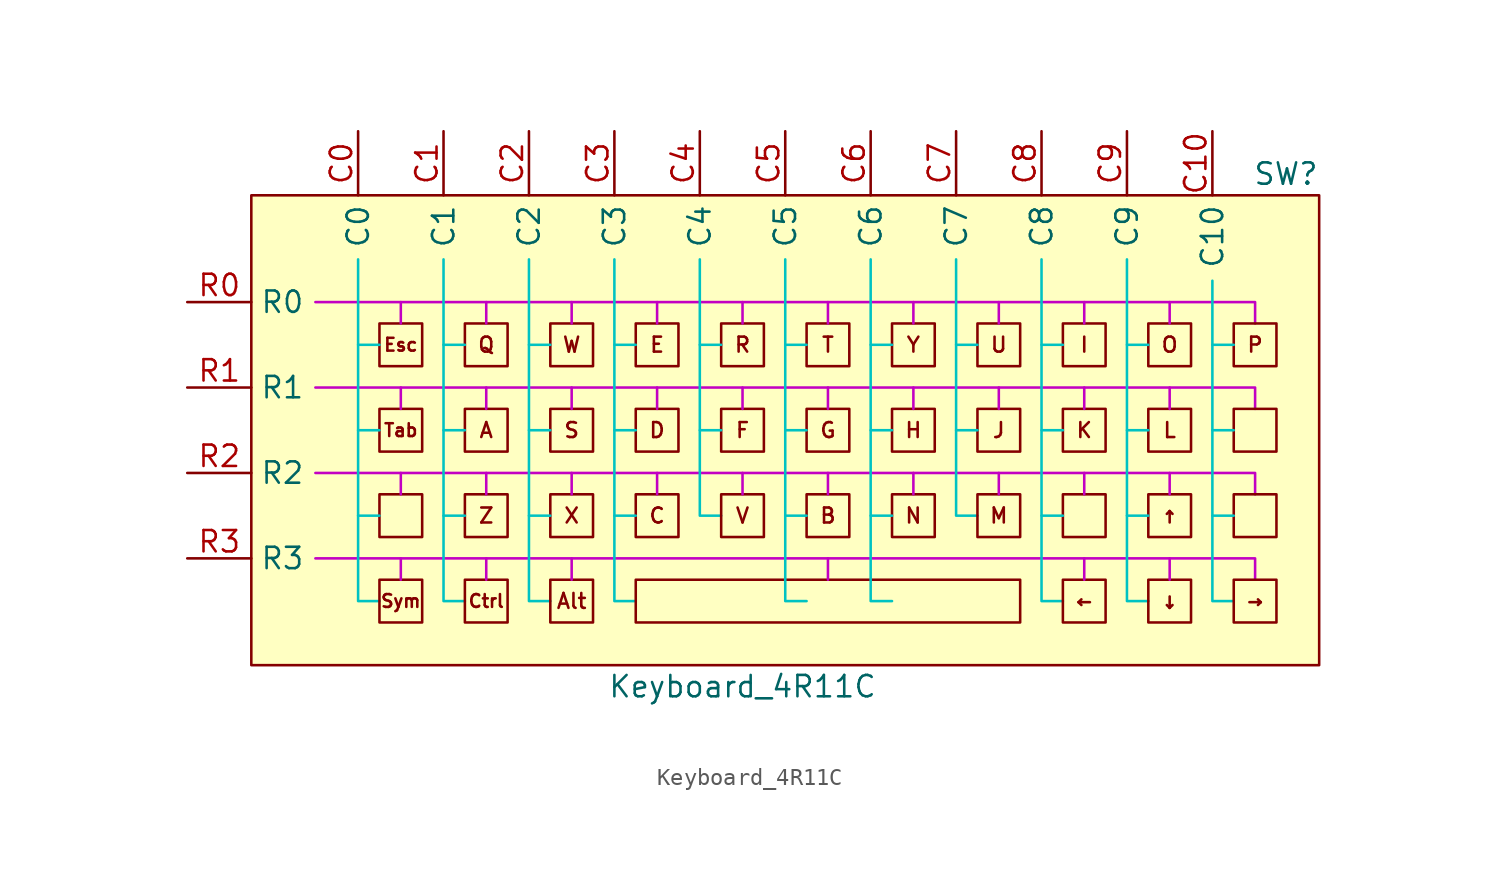
<source format=kicad_sym>
(kicad_symbol_lib
  (version 20231120)
  (generator "kicad_symbol_editor")
  (generator_version "8.0")
  (symbol "Keyboard_4R11C"
    (property "Reference" "SW"
      (at 31.75 15.24 0)
      (effects (font (size 1.27 1.27)) (justify right)))
    (property "Value" "Keyboard_4R11C"
      (at -2.54 -15.24 0)
      (effects (font (size 1.27 1.27))))
    (symbol "Keyboard_4R11C_0_0"
      (pin bidirectional line (at -25.4 17.78 270) (length 3.81) (name "C0" (effects (font (size 1.27 1.27)))) (number "C0" (effects (font (size 1.27 1.27)))))
      (pin bidirectional line (at -20.32 17.78 270) (length 3.81) (name "C1" (effects (font (size 1.27 1.27)))) (number "C1" (effects (font (size 1.27 1.27)))))
      (pin bidirectional line (at 25.4 17.78 270) (length 3.81) (name "C10" (effects (font (size 1.27 1.27)))) (number "C10" (effects (font (size 1.27 1.27)))))
      (pin bidirectional line (at -15.24 17.78 270) (length 3.81) (name "C2" (effects (font (size 1.27 1.27)))) (number "C2" (effects (font (size 1.27 1.27)))))
      (pin bidirectional line (at -10.16 17.78 270) (length 3.81) (name "C3" (effects (font (size 1.27 1.27)))) (number "C3" (effects (font (size 1.27 1.27)))))
      (pin bidirectional line (at -5.08 17.78 270) (length 3.81) (name "C4" (effects (font (size 1.27 1.27)))) (number "C4" (effects (font (size 1.27 1.27)))))
      (pin bidirectional line (at 0 17.78 270) (length 3.81) (name "C5" (effects (font (size 1.27 1.27)))) (number "C5" (effects (font (size 1.27 1.27)))))
      (pin bidirectional line (at 5.08 17.78 270) (length 3.81) (name "C6" (effects (font (size 1.27 1.27)))) (number "C6" (effects (font (size 1.27 1.27)))))
      (pin bidirectional line (at 10.16 17.78 270) (length 3.81) (name "C7" (effects (font (size 1.27 1.27)))) (number "C7" (effects (font (size 1.27 1.27)))))
      (pin bidirectional line (at 15.24 17.78 270) (length 3.81) (name "C8" (effects (font (size 1.27 1.27)))) (number "C8" (effects (font (size 1.27 1.27)))))
      (pin bidirectional line (at 20.32 17.78 270) (length 3.81) (name "C9" (effects (font (size 1.27 1.27)))) (number "C9" (effects (font (size 1.27 1.27)))))
      (pin bidirectional line (at -35.56 7.62 0) (length 3.81) (name "R0" (effects (font (size 1.27 1.27)))) (number "R0" (effects (font (size 1.27 1.27)))))
      (pin bidirectional line (at -35.56 2.54 0) (length 3.81) (name "R1" (effects (font (size 1.27 1.27)))) (number "R1" (effects (font (size 1.27 1.27)))))
      (pin bidirectional line (at -35.56 -2.54 0) (length 3.81) (name "R2" (effects (font (size 1.27 1.27)))) (number "R2" (effects (font (size 1.27 1.27)))))
      (pin bidirectional line (at -35.56 -7.62 0) (length 3.81) (name "R3" (effects (font (size 1.27 1.27)))) (number "R3" (effects (font (size 1.27 1.27))))))
    (symbol "Keyboard_4R11C_1_0"
      (polyline (pts (xy 28.245 0.203) (xy 28.038 -0.002) (xy 28.245 -0.207) (xy 28.16 -0.293) (xy 27.953 -0.087) (xy 27.745 -0.293) (xy 27.66 -0.207) (xy 27.867 -0.002) (xy 27.66 0.203) (xy 27.745 0.289) (xy 27.953 0.083) (xy 28.16 0.289) (xy 28.245 0.203)) (stroke (width -0.0001) (type solid)) (fill (type color) (color 132 0 0 1)))
      (polyline (pts (xy 28.547 -0.506) (xy 27.606 -0.506) (xy 27.106 -0.003) (xy 27.283 -0.003) (xy 27.659 -0.38) (xy 28.421 -0.38) (xy 28.421 0.375) (xy 27.659 0.375) (xy 27.283 -0.003) (xy 27.106 -0.003) (xy 27.105 -0.002) (xy 27.606 0.502) (xy 28.547 0.502) (xy 28.547 -0.506)) (stroke (width -0.0001) (type solid)) (fill (type color) (color 132 0 0 1)))
      (polyline (pts (xy -22.225 -5.08) (xy -22.535 -5.08) (xy -22.535 -5.559) (xy -23.133 -5.559) (xy -23.133 -5.08) (xy -23.441 -5.08) (xy -23.34 -4.979) (xy -23.184 -4.979) (xy -23.012 -4.979) (xy -23.012 -5.458) (xy -22.654 -5.458) (xy -22.654 -4.979) (xy -22.482 -4.979) (xy -22.834 -4.628) (xy -23.184 -4.979) (xy -23.34 -4.979) (xy -22.834 -4.473) (xy -22.225 -5.08)) (stroke (width -0.0001) (type solid)) (fill (type color) (color 132 0 0 1)))
      (polyline (pts (xy 18.415 -5.08) (xy 18.105 -5.08) (xy 18.105 -5.559) (xy 17.507 -5.559) (xy 17.507 -5.08) (xy 17.199 -5.08) (xy 17.3 -4.979) (xy 17.456 -4.979) (xy 17.628 -4.979) (xy 17.628 -5.458) (xy 17.986 -5.458) (xy 17.986 -4.979) (xy 18.158 -4.979) (xy 17.806 -4.628) (xy 17.456 -4.979) (xy 17.3 -4.979) (xy 17.806 -4.473) (xy 18.415 -5.08)) (stroke (width -0.0001) (type solid)) (fill (type color) (color 132 0 0 1)))
      (polyline (pts (xy 28.575 -5.715) (xy 27.707 -5.715) (xy 27.707 -6.023) (xy 27.099 -5.416) (xy 27.255 -5.416) (xy 27.607 -5.767) (xy 27.607 -5.595) (xy 28.477 -5.595) (xy 28.477 -4.681) (xy 28.115 -4.681) (xy 28.115 -5.236) (xy 27.607 -5.236) (xy 27.607 -5.064) (xy 27.255 -5.416) (xy 27.099 -5.416) (xy 27.706 -4.808) (xy 27.706 -5.117) (xy 28.014 -5.117) (xy 28.014 -4.561) (xy 28.575 -4.561) (xy 28.575 -5.715)) (stroke (width -0.0001) (type solid)) (fill (type color) (color 132 0 0 1))))
    (symbol "Keyboard_4R11C_1_1"
      (rectangle (start -31.75 13.97) (end 31.75 -13.97) (stroke (width 0) (type default)) (fill (type background)))
      (rectangle (start -24.13 -8.89) (end -21.59 -11.43) (stroke (width 0) (type default)) (fill (type none)))
      (rectangle (start -24.13 -3.81) (end -21.59 -6.35) (stroke (width 0) (type default)) (fill (type none)))
      (rectangle (start -24.13 1.27) (end -21.59 -1.27) (stroke (width 0) (type default)) (fill (type none)))
      (rectangle (start -24.13 6.35) (end -21.59 3.81) (stroke (width 0) (type default)) (fill (type none)))
      (rectangle (start -19.05 -8.89) (end -16.51 -11.43) (stroke (width 0) (type default)) (fill (type none)))
      (rectangle (start -19.05 -3.81) (end -16.51 -6.35) (stroke (width 0) (type default)) (fill (type none)))
      (rectangle (start -19.05 1.27) (end -16.51 -1.27) (stroke (width 0) (type default)) (fill (type none)))
      (rectangle (start -19.05 6.35) (end -16.51 3.81) (stroke (width 0) (type default)) (fill (type none)))
      (rectangle (start -13.97 -8.89) (end -11.43 -11.43) (stroke (width 0) (type default)) (fill (type none)))
      (rectangle (start -13.97 -3.81) (end -11.43 -6.35) (stroke (width 0) (type default)) (fill (type none)))
      (rectangle (start -13.97 1.27) (end -11.43 -1.27) (stroke (width 0) (type default)) (fill (type none)))
      (rectangle (start -13.97 6.35) (end -11.43 3.81) (stroke (width 0) (type default)) (fill (type none)))
      (rectangle (start -8.89 -8.89) (end 13.97 -11.43) (stroke (width 0) (type default)) (fill (type none)))
      (rectangle (start -8.89 -3.81) (end -6.35 -6.35) (stroke (width 0) (type default)) (fill (type none)))
      (rectangle (start -8.89 1.27) (end -6.35 -1.27) (stroke (width 0) (type default)) (fill (type none)))
      (rectangle (start -8.89 6.35) (end -6.35 3.81) (stroke (width 0) (type default)) (fill (type none)))
      (rectangle (start -3.81 -3.81) (end -1.27 -6.35) (stroke (width 0) (type default)) (fill (type none)))
      (rectangle (start -3.81 1.27) (end -1.27 -1.27) (stroke (width 0) (type default)) (fill (type none)))
      (rectangle (start -3.81 6.35) (end -1.27 3.81) (stroke (width 0) (type default)) (fill (type none)))
      (polyline (pts (xy -24.13 -5.08) (xy -25.4 -5.08)) (stroke (width 0) (type default) (color 0 194 194 1)) (fill (type none)))
      (polyline (pts (xy -24.13 0) (xy -25.4 0)) (stroke (width 0) (type default) (color 0 194 194 1)) (fill (type none)))
      (polyline (pts (xy -24.13 5.08) (xy -25.4 5.08)) (stroke (width 0) (type default) (color 0 194 194 1)) (fill (type none)))
      (polyline (pts (xy -22.86 -8.89) (xy -22.86 -7.62)) (stroke (width 0) (type default) (color 194 0 194 1)) (fill (type none)))
      (polyline (pts (xy -22.86 -3.81) (xy -22.86 -2.54)) (stroke (width 0) (type default) (color 194 0 194 1)) (fill (type none)))
      (polyline (pts (xy -22.86 1.27) (xy -22.86 2.54)) (stroke (width 0) (type default) (color 194 0 194 1)) (fill (type none)))
      (polyline (pts (xy -22.86 6.35) (xy -22.86 7.62)) (stroke (width 0) (type default) (color 194 0 194 1)) (fill (type none)))
      (polyline (pts (xy -19.05 -5.08) (xy -20.32 -5.08)) (stroke (width 0) (type default) (color 0 194 194 1)) (fill (type none)))
      (polyline (pts (xy -19.05 0) (xy -20.32 0)) (stroke (width 0) (type default) (color 0 194 194 1)) (fill (type none)))
      (polyline (pts (xy -19.05 5.08) (xy -20.32 5.08)) (stroke (width 0) (type default) (color 0 194 194 1)) (fill (type none)))
      (polyline (pts (xy -17.78 -8.89) (xy -17.78 -7.62)) (stroke (width 0) (type default) (color 194 0 194 1)) (fill (type none)))
      (polyline (pts (xy -17.78 -3.81) (xy -17.78 -2.54)) (stroke (width 0) (type default) (color 194 0 194 1)) (fill (type none)))
      (polyline (pts (xy -17.78 1.27) (xy -17.78 2.54)) (stroke (width 0) (type default) (color 194 0 194 1)) (fill (type none)))
      (polyline (pts (xy -17.78 6.35) (xy -17.78 7.62)) (stroke (width 0) (type default) (color 194 0 194 1)) (fill (type none)))
      (polyline (pts (xy -13.97 -5.08) (xy -15.24 -5.08)) (stroke (width 0) (type default) (color 0 194 194 1)) (fill (type none)))
      (polyline (pts (xy -13.97 0) (xy -15.24 0)) (stroke (width 0) (type default) (color 0 194 194 1)) (fill (type none)))
      (polyline (pts (xy -13.97 5.08) (xy -15.24 5.08)) (stroke (width 0) (type default) (color 0 194 194 1)) (fill (type none)))
      (polyline (pts (xy -12.7 -8.89) (xy -12.7 -7.62)) (stroke (width 0) (type default) (color 194 0 194 1)) (fill (type none)))
      (polyline (pts (xy -12.7 -3.81) (xy -12.7 -2.54)) (stroke (width 0) (type default) (color 194 0 194 1)) (fill (type none)))
      (polyline (pts (xy -12.7 1.27) (xy -12.7 2.54)) (stroke (width 0) (type default) (color 194 0 194 1)) (fill (type none)))
      (polyline (pts (xy -12.7 6.35) (xy -12.7 7.62)) (stroke (width 0) (type default) (color 194 0 194 1)) (fill (type none)))
      (polyline (pts (xy -8.89 -5.08) (xy -10.16 -5.08)) (stroke (width 0) (type default) (color 0 194 194 1)) (fill (type none)))
      (polyline (pts (xy -8.89 0) (xy -10.16 0)) (stroke (width 0) (type default) (color 0 194 194 1)) (fill (type none)))
      (polyline (pts (xy -8.89 5.08) (xy -10.16 5.08)) (stroke (width 0) (type default) (color 0 194 194 1)) (fill (type none)))
      (polyline (pts (xy -7.62 -3.81) (xy -7.62 -2.54)) (stroke (width 0) (type default) (color 194 0 194 1)) (fill (type none)))
      (polyline (pts (xy -7.62 1.27) (xy -7.62 2.54)) (stroke (width 0) (type default) (color 194 0 194 1)) (fill (type none)))
      (polyline (pts (xy -7.62 6.35) (xy -7.62 7.62)) (stroke (width 0) (type default) (color 194 0 194 1)) (fill (type none)))
      (polyline (pts (xy -3.81 0) (xy -5.08 0)) (stroke (width 0) (type default) (color 0 194 194 1)) (fill (type none)))
      (polyline (pts (xy -3.81 5.08) (xy -5.08 5.08)) (stroke (width 0) (type default) (color 0 194 194 1)) (fill (type none)))
      (polyline (pts (xy -2.54 -3.81) (xy -2.54 -2.54)) (stroke (width 0) (type default) (color 194 0 194 1)) (fill (type none)))
      (polyline (pts (xy -2.54 1.27) (xy -2.54 2.54)) (stroke (width 0) (type default) (color 194 0 194 1)) (fill (type none)))
      (polyline (pts (xy -2.54 6.35) (xy -2.54 7.62)) (stroke (width 0) (type default) (color 194 0 194 1)) (fill (type none)))
      (polyline (pts (xy 1.27 -5.08) (xy 0 -5.08)) (stroke (width 0) (type default) (color 0 194 194 1)) (fill (type none)))
      (polyline (pts (xy 1.27 0) (xy 0 0)) (stroke (width 0) (type default) (color 0 194 194 1)) (fill (type none)))
      (polyline (pts (xy 1.27 5.08) (xy 0 5.08)) (stroke (width 0) (type default) (color 0 194 194 1)) (fill (type none)))
      (polyline (pts (xy 2.54 -8.89) (xy 2.54 -7.62)) (stroke (width 0) (type default) (color 194 0 194 1)) (fill (type none)))
      (polyline (pts (xy 2.54 -3.81) (xy 2.54 -2.54)) (stroke (width 0) (type default) (color 194 0 194 1)) (fill (type none)))
      (polyline (pts (xy 2.54 1.27) (xy 2.54 2.54)) (stroke (width 0) (type default) (color 194 0 194 1)) (fill (type none)))
      (polyline (pts (xy 2.54 6.35) (xy 2.54 7.62)) (stroke (width 0) (type default) (color 194 0 194 1)) (fill (type none)))
      (polyline (pts (xy 6.35 -5.08) (xy 5.08 -5.08)) (stroke (width 0) (type default) (color 0 194 194 1)) (fill (type none)))
      (polyline (pts (xy 6.35 0) (xy 5.08 0)) (stroke (width 0) (type default) (color 0 194 194 1)) (fill (type none)))
      (polyline (pts (xy 6.35 5.08) (xy 5.08 5.08)) (stroke (width 0) (type default) (color 0 194 194 1)) (fill (type none)))
      (polyline (pts (xy 7.62 -3.81) (xy 7.62 -2.54)) (stroke (width 0) (type default) (color 194 0 194 1)) (fill (type none)))
      (polyline (pts (xy 7.62 1.27) (xy 7.62 2.54)) (stroke (width 0) (type default) (color 194 0 194 1)) (fill (type none)))
      (polyline (pts (xy 7.62 6.35) (xy 7.62 7.62)) (stroke (width 0) (type default) (color 194 0 194 1)) (fill (type none)))
      (polyline (pts (xy 11.43 0) (xy 10.16 0)) (stroke (width 0) (type default) (color 0 194 194 1)) (fill (type none)))
      (polyline (pts (xy 11.43 5.08) (xy 10.16 5.08)) (stroke (width 0) (type default) (color 0 194 194 1)) (fill (type none)))
      (polyline (pts (xy 12.7 -3.81) (xy 12.7 -2.54)) (stroke (width 0) (type default) (color 194 0 194 1)) (fill (type none)))
      (polyline (pts (xy 12.7 1.27) (xy 12.7 2.54)) (stroke (width 0) (type default) (color 194 0 194 1)) (fill (type none)))
      (polyline (pts (xy 12.7 6.35) (xy 12.7 7.62)) (stroke (width 0) (type default) (color 194 0 194 1)) (fill (type none)))
      (polyline (pts (xy 16.51 -5.08) (xy 15.24 -5.08)) (stroke (width 0) (type default) (color 0 194 194 1)) (fill (type none)))
      (polyline (pts (xy 16.51 0) (xy 15.24 0)) (stroke (width 0) (type default) (color 0 194 194 1)) (fill (type none)))
      (polyline (pts (xy 16.51 5.08) (xy 15.24 5.08)) (stroke (width 0) (type default) (color 0 194 194 1)) (fill (type none)))
      (polyline (pts (xy 17.78 -8.89) (xy 17.78 -7.62)) (stroke (width 0) (type default) (color 194 0 194 1)) (fill (type none)))
      (polyline (pts (xy 17.78 -3.81) (xy 17.78 -2.54)) (stroke (width 0) (type default) (color 194 0 194 1)) (fill (type none)))
      (polyline (pts (xy 17.78 1.27) (xy 17.78 2.54)) (stroke (width 0) (type default) (color 194 0 194 1)) (fill (type none)))
      (polyline (pts (xy 17.78 6.35) (xy 17.78 7.62)) (stroke (width 0) (type default) (color 194 0 194 1)) (fill (type none)))
      (polyline (pts (xy 21.59 -5.08) (xy 20.32 -5.08)) (stroke (width 0) (type default) (color 0 194 194 1)) (fill (type none)))
      (polyline (pts (xy 21.59 0) (xy 20.32 0)) (stroke (width 0) (type default) (color 0 194 194 1)) (fill (type none)))
      (polyline (pts (xy 21.59 5.08) (xy 20.32 5.08)) (stroke (width 0) (type default) (color 0 194 194 1)) (fill (type none)))
      (polyline (pts (xy 22.86 -8.89) (xy 22.86 -7.62)) (stroke (width 0) (type default) (color 194 0 194 1)) (fill (type none)))
      (polyline (pts (xy 22.86 -3.81) (xy 22.86 -2.54)) (stroke (width 0) (type default) (color 194 0 194 1)) (fill (type none)))
      (polyline (pts (xy 22.86 1.27) (xy 22.86 2.54)) (stroke (width 0) (type default) (color 194 0 194 1)) (fill (type none)))
      (polyline (pts (xy 22.86 6.35) (xy 22.86 7.62)) (stroke (width 0) (type default) (color 194 0 194 1)) (fill (type none)))
      (polyline (pts (xy 26.67 -5.08) (xy 25.4 -5.08)) (stroke (width 0) (type default) (color 0 194 194 1)) (fill (type none)))
      (polyline (pts (xy 26.67 0) (xy 25.4 0)) (stroke (width 0) (type default) (color 0 194 194 1)) (fill (type none)))
      (polyline (pts (xy 26.67 5.08) (xy 25.4 5.08)) (stroke (width 0) (type default) (color 0 194 194 1)) (fill (type none)))
      (polyline (pts (xy -27.94 -7.62) (xy 27.94 -7.62) (xy 27.94 -8.89)) (stroke (width 0) (type default) (color 194 0 194 1)) (fill (type none)))
      (polyline (pts (xy -27.94 -2.54) (xy 27.94 -2.54) (xy 27.94 -3.81)) (stroke (width 0) (type default) (color 194 0 194 1)) (fill (type none)))
      (polyline (pts (xy -27.94 2.54) (xy 27.94 2.54) (xy 27.94 1.27)) (stroke (width 0) (type default) (color 194 0 194 1)) (fill (type none)))
      (polyline (pts (xy -27.94 7.62) (xy 27.94 7.62) (xy 27.94 6.35)) (stroke (width 0) (type default) (color 194 0 194 1)) (fill (type none)))
      (polyline (pts (xy -25.4 10.16) (xy -25.4 -10.16) (xy -24.13 -10.16)) (stroke (width 0) (type default) (color 0 194 194 1)) (fill (type none)))
      (polyline (pts (xy -20.32 10.16) (xy -20.32 -10.16) (xy -19.05 -10.16)) (stroke (width 0) (type default) (color 0 194 194 1)) (fill (type none)))
      (polyline (pts (xy -15.24 10.16) (xy -15.24 -10.16) (xy -13.97 -10.16)) (stroke (width 0) (type default) (color 0 194 194 1)) (fill (type none)))
      (polyline (pts (xy -10.16 10.16) (xy -10.16 -10.16) (xy -8.89 -10.16)) (stroke (width 0) (type default) (color 0 194 194 1)) (fill (type none)))
      (polyline (pts (xy -5.08 10.16) (xy -5.08 -5.08) (xy -3.81 -5.08)) (stroke (width 0) (type default) (color 0 194 194 1)) (fill (type none)))
      (polyline (pts (xy 0 10.16) (xy 0 -10.16) (xy 1.27 -10.16)) (stroke (width 0) (type default) (color 0 194 194 1)) (fill (type none)))
      (polyline (pts (xy 5.08 10.16) (xy 5.08 -10.16) (xy 6.35 -10.16)) (stroke (width 0) (type default) (color 0 194 194 1)) (fill (type none)))
      (polyline (pts (xy 10.16 10.16) (xy 10.16 -5.08) (xy 11.43 -5.08)) (stroke (width 0) (type default) (color 0 194 194 1)) (fill (type none)))
      (polyline (pts (xy 15.24 10.16) (xy 15.24 -10.16) (xy 16.51 -10.16)) (stroke (width 0) (type default) (color 0 194 194 1)) (fill (type none)))
      (polyline (pts (xy 20.32 10.16) (xy 20.32 -10.16) (xy 21.59 -10.16)) (stroke (width 0) (type default) (color 0 194 194 1)) (fill (type none)))
      (polyline (pts (xy 25.4 8.89) (xy 25.4 -10.16) (xy 26.67 -10.16)) (stroke (width 0) (type default) (color 0 194 194 1)) (fill (type none)))
      (rectangle (start 1.27 -3.81) (end 3.81 -6.35) (stroke (width 0) (type default)) (fill (type none)))
      (rectangle (start 1.27 1.27) (end 3.81 -1.27) (stroke (width 0) (type default)) (fill (type none)))
      (rectangle (start 1.27 6.35) (end 3.81 3.81) (stroke (width 0) (type default)) (fill (type none)))
      (rectangle (start 6.35 -3.81) (end 8.89 -6.35) (stroke (width 0) (type default)) (fill (type none)))
      (rectangle (start 6.35 1.27) (end 8.89 -1.27) (stroke (width 0) (type default)) (fill (type none)))
      (rectangle (start 6.35 6.35) (end 8.89 3.81) (stroke (width 0) (type default)) (fill (type none)))
      (rectangle (start 11.43 -3.81) (end 13.97 -6.35) (stroke (width 0) (type default)) (fill (type none)))
      (rectangle (start 11.43 1.27) (end 13.97 -1.27) (stroke (width 0) (type default)) (fill (type none)))
      (rectangle (start 11.43 6.35) (end 13.97 3.81) (stroke (width 0) (type default)) (fill (type none)))
      (rectangle (start 16.51 -8.89) (end 19.05 -11.43) (stroke (width 0) (type default)) (fill (type none)))
      (rectangle (start 16.51 -3.81) (end 19.05 -6.35) (stroke (width 0) (type default)) (fill (type none)))
      (rectangle (start 16.51 1.27) (end 19.05 -1.27) (stroke (width 0) (type default)) (fill (type none)))
      (rectangle (start 16.51 6.35) (end 19.05 3.81) (stroke (width 0) (type default)) (fill (type none)))
      (rectangle (start 21.59 -8.89) (end 24.13 -11.43) (stroke (width 0) (type default)) (fill (type none)))
      (rectangle (start 21.59 -3.81) (end 24.13 -6.35) (stroke (width 0) (type default)) (fill (type none)))
      (rectangle (start 21.59 1.27) (end 24.13 -1.27) (stroke (width 0) (type default)) (fill (type none)))
      (rectangle (start 21.59 6.35) (end 24.13 3.81) (stroke (width 0) (type default)) (fill (type none)))
      (rectangle (start 26.67 -8.89) (end 29.21 -11.43) (stroke (width 0) (type default)) (fill (type none)))
      (rectangle (start 26.67 -3.81) (end 29.21 -6.35) (stroke (width 0) (type default)) (fill (type none)))
      (rectangle (start 26.67 1.27) (end 29.21 -1.27) (stroke (width 0) (type default)) (fill (type none)))
      (rectangle (start 26.67 6.35) (end 29.21 3.81) (stroke (width 0) (type default)) (fill (type none)))
      (text "A" (at -17.78 0 0) (effects (font (size 0.889 0.889))))
      (text "Alt" (at -12.7 -10.16 0) (effects (font (size 0.889 0.889))))
      (text "B" (at 2.54 -5.08 0) (effects (font (size 0.889 0.889))))
      (text "C" (at -7.62 -5.08 0) (effects (font (size 0.889 0.889))))
      (text "Ctrl" (at -17.78 -10.16 0) (effects (font (size 0.762 0.762))))
      (text "D" (at -7.62 0 0) (effects (font (size 0.889 0.889))))
      (text "E" (at -7.62 5.08 0) (effects (font (size 0.889 0.889))))
      (text "Esc" (at -22.86 5.08 0) (effects (font (size 0.762 0.762))))
      (text "F" (at -2.54 0 0) (effects (font (size 0.889 0.889))))
      (text "G" (at 2.54 0 0) (effects (font (size 0.889 0.889))))
      (text "H" (at 7.62 0 0) (effects (font (size 0.889 0.889))))
      (text "I" (at 17.78 5.08 0) (effects (font (size 0.889 0.889))))
      (text "J" (at 12.7 0 0) (effects (font (size 0.889 0.889))))
      (text "K" (at 17.78 0 0) (effects (font (size 0.889 0.889))))
      (text "L" (at 22.86 0 0) (effects (font (size 0.889 0.889))))
      (text "M" (at 12.7 -5.08 0) (effects (font (size 0.889 0.889))))
      (text "N" (at 7.62 -5.08 0) (effects (font (size 0.889 0.889))))
      (text "O" (at 22.86 5.08 0) (effects (font (size 0.889 0.889))))
      (text "P\n" (at 27.94 5.08 0) (effects (font (size 0.889 0.889))))
      (text "Q" (at -17.78 5.08 0) (effects (font (size 0.889 0.889))))
      (text "R" (at -2.54 5.08 0) (effects (font (size 0.889 0.889))))
      (text "S" (at -12.7 0 0) (effects (font (size 0.889 0.889))))
      (text "Sym" (at -22.86 -10.16 0) (effects (font (size 0.762 0.762))))
      (text "T" (at 2.54 5.08 0) (effects (font (size 0.889 0.889))))
      (text "Tab" (at -22.86 0 0) (effects (font (size 0.762 0.762))))
      (text "U" (at 12.7 5.08 0) (effects (font (size 0.889 0.889))))
      (text "V" (at -2.54 -5.08 0) (effects (font (size 0.889 0.889))))
      (text "W" (at -12.7 5.08 0) (effects (font (size 0.889 0.889))))
      (text "X" (at -12.7 -5.08 0) (effects (font (size 0.889 0.889))))
      (text "Y" (at 7.62 5.08 0) (effects (font (size 0.889 0.889))))
      (text "Z" (at -17.78 -5.08 0) (effects (font (size 0.889 0.889))))
      (text "←" (at 17.78 -10.16 0) (effects (font (size 0.889 0.889))))
      (text "↑" (at 22.86 -5.08 0) (effects (font (size 0.889 0.889))))
      (text "→" (at 27.94 -10.16 0) (effects (font (size 0.889 0.889))))
      (text "↓" (at 22.86 -10.16 0) (effects (font (size 0.889 0.889)))))))
</source>
